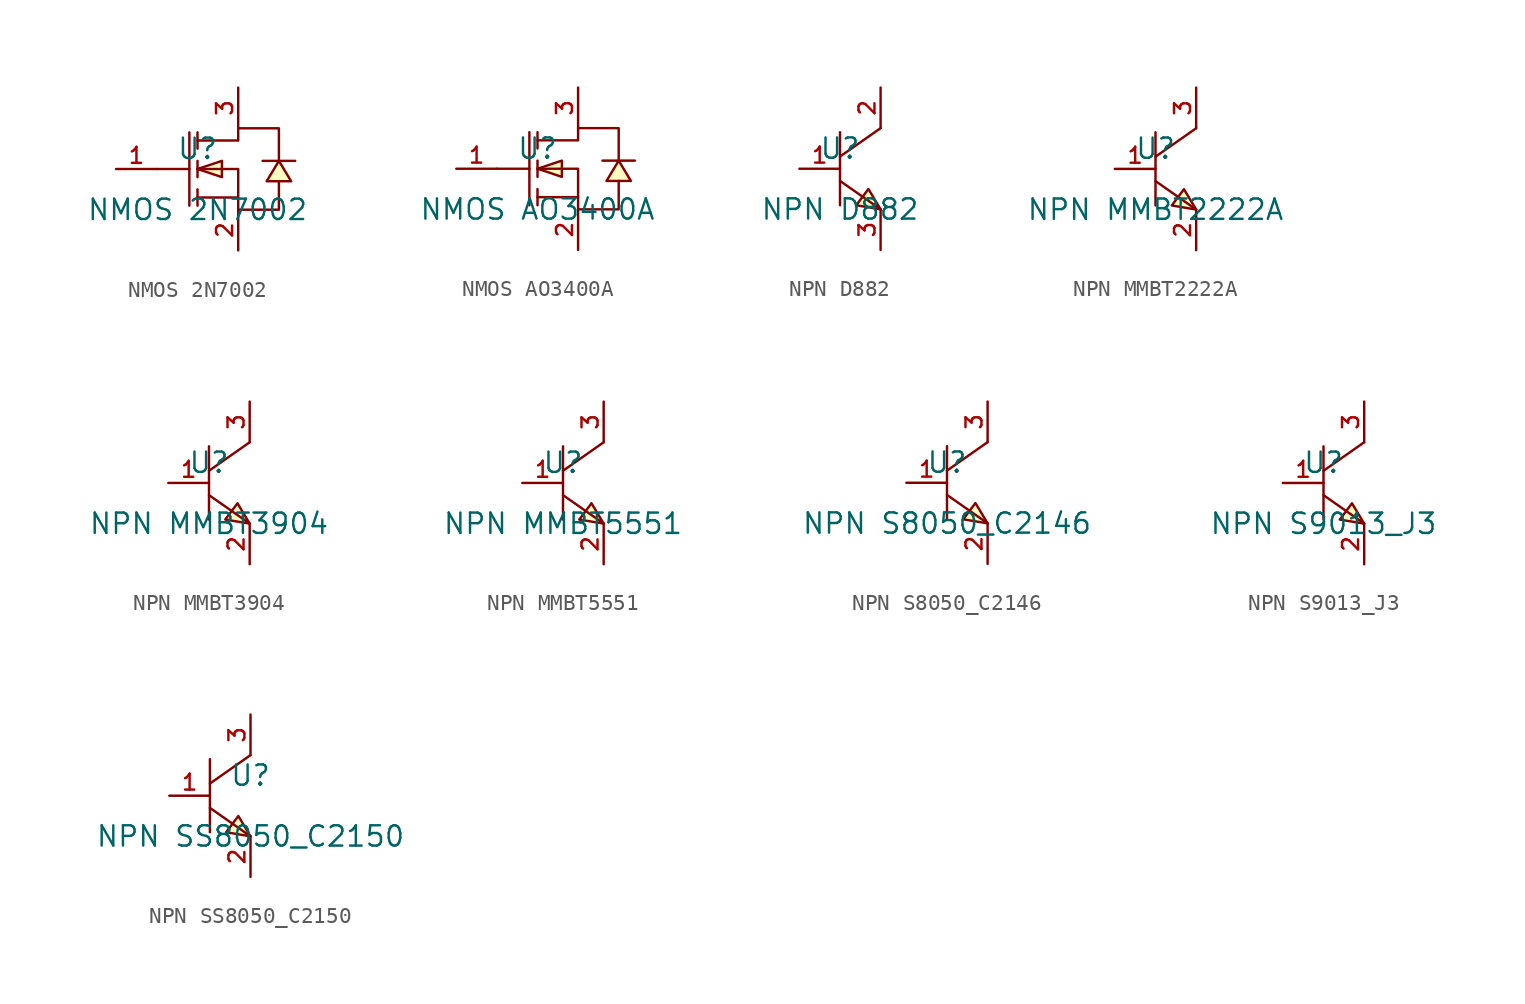
<source format=kicad_sym>
(kicad_symbol_lib
  (version 20220914)
  (generator kicad_symbol_editor)
  (symbol "NMOS 2N7002"
    (pin_names hide)
    (property "Reference" "U"
      (at 0 1.27 0)
      (effects (font (size 1.27 1.27))))
    (property "Value" "NMOS 2N7002"
      (at 0 -2.54 0)
      (effects (font (size 1.27 1.27))))
    (symbol "NMOS 2N7002_0_1"
      (polyline (pts (xy -2.54 0) (xy -0.508 0)) (stroke (width 0) (type default)) (fill (type none)))
      (polyline (pts (xy -0.508 2.286) (xy -0.508 -2.286)) (stroke (width 0) (type default)) (fill (type none)))
      (polyline (pts (xy 0 -2.286) (xy 0 -1.27)) (stroke (width 0) (type default)) (fill (type none)))
      (polyline (pts (xy 0 -0.508) (xy 0 0.508)) (stroke (width 0) (type default)) (fill (type none)))
      (polyline (pts (xy 0 2.286) (xy 0 1.27)) (stroke (width 0) (type default)) (fill (type none)))
      (polyline (pts (xy 2.54 -1.778) (xy 0 -1.778)) (stroke (width 0) (type default)) (fill (type none)))
      (polyline (pts (xy 0 0) (xy 1.524 -0.508) (xy 1.524 0.508) (xy 0 0)) (stroke (width 0) (type default)) (fill (type background)))
      (polyline (pts (xy 5.08 0.508) (xy 4.318 -0.762) (xy 5.842 -0.762) (xy 5.08 0.508)) (stroke (width 0) (type default)) (fill (type background)))
      (polyline (pts (xy 6.096 0.508) (xy 5.588 0.508) (xy 4.572 0.508) (xy 4.064 0.508)) (stroke (width 0) (type default)) (fill (type none)))
      (polyline (pts (xy 0 0) (xy 2.54 0) (xy 2.54 -2.54) (xy 5.08 -2.54) (xy 5.08 -0.762)) (stroke (width 0) (type default)) (fill (type none)))
      (polyline (pts (xy 0 1.778) (xy 2.54 1.778) (xy 2.54 2.54) (xy 5.08 2.54) (xy 5.08 0.508)) (stroke (width 0) (type default)) (fill (type none)))
      (pin unspecified line (at -5.08 0 0) (length 2.54) (name "G" (effects (font (size 1 1)))) (number "1" (effects (font (size 1 1)))))
      (pin unspecified line (at 2.54 -5.08 90) (length 2.54) (name "S" (effects (font (size 1 1)))) (number "2" (effects (font (size 1 1)))))
      (pin unspecified line (at 2.54 5.08 270) (length 2.54) (name "D" (effects (font (size 1 1)))) (number "3" (effects (font (size 1 1)))))))
  (symbol "NMOS AO3400A"
    (pin_names hide)
    (property "Reference" "U"
      (at 0 1.27 0)
      (effects (font (size 1.27 1.27))))
    (property "Value" "NMOS AO3400A"
      (at 0 -2.54 0)
      (effects (font (size 1.27 1.27))))
    (symbol "NMOS AO3400A_0_1"
      (polyline (pts (xy -2.54 0) (xy -0.508 0)) (stroke (width 0) (type default)) (fill (type none)))
      (polyline (pts (xy -0.508 2.286) (xy -0.508 -2.286)) (stroke (width 0) (type default)) (fill (type none)))
      (polyline (pts (xy 0 -2.286) (xy 0 -1.27)) (stroke (width 0) (type default)) (fill (type none)))
      (polyline (pts (xy 0 -0.508) (xy 0 0.508)) (stroke (width 0) (type default)) (fill (type none)))
      (polyline (pts (xy 0 2.286) (xy 0 1.27)) (stroke (width 0) (type default)) (fill (type none)))
      (polyline (pts (xy 2.54 -1.778) (xy 0 -1.778)) (stroke (width 0) (type default)) (fill (type none)))
      (polyline (pts (xy 0 0) (xy 1.524 -0.508) (xy 1.524 0.508) (xy 0 0)) (stroke (width 0) (type default)) (fill (type background)))
      (polyline (pts (xy 5.08 0.508) (xy 4.318 -0.762) (xy 5.842 -0.762) (xy 5.08 0.508)) (stroke (width 0) (type default)) (fill (type background)))
      (polyline (pts (xy 6.096 0.508) (xy 5.588 0.508) (xy 4.572 0.508) (xy 4.064 0.508)) (stroke (width 0) (type default)) (fill (type none)))
      (polyline (pts (xy 0 0) (xy 2.54 0) (xy 2.54 -2.54) (xy 5.08 -2.54) (xy 5.08 -0.762)) (stroke (width 0) (type default)) (fill (type none)))
      (polyline (pts (xy 0 1.778) (xy 2.54 1.778) (xy 2.54 2.54) (xy 5.08 2.54) (xy 5.08 0.508)) (stroke (width 0) (type default)) (fill (type none)))
      (pin unspecified line (at -5.08 0 0) (length 2.54) (name "G" (effects (font (size 1 1)))) (number "1" (effects (font (size 1 1)))))
      (pin unspecified line (at 2.54 -5.08 90) (length 2.54) (name "S" (effects (font (size 1 1)))) (number "2" (effects (font (size 1 1)))))
      (pin unspecified line (at 2.54 5.08 270) (length 2.54) (name "D" (effects (font (size 1 1)))) (number "3" (effects (font (size 1 1)))))))
  (symbol "NPN D882"
    (pin_names hide)
    (property "Reference" "U"
      (at 0 1.27 0)
      (effects (font (size 1.27 1.27))))
    (property "Value" "NPN D882"
      (at 0 -2.54 0)
      (effects (font (size 1.27 1.27))))
    (symbol "NPN D882_0_1"
      (polyline (pts (xy 0 -0.762) (xy 2.54 -2.54)) (stroke (width 0) (type default)) (fill (type none)))
      (polyline (pts (xy 0 2.286) (xy 0 -2.286)) (stroke (width 0) (type default)) (fill (type none)))
      (polyline (pts (xy 2.54 2.54) (xy 0 0.762)) (stroke (width 0) (type default)) (fill (type none)))
      (polyline (pts (xy 2.54 -2.54) (xy 1.778 -1.27) (xy 1.016 -2.286) (xy 2.54 -2.54)) (stroke (width 0) (type default)) (fill (type background)))
      (pin input line (at -2.54 0 0) (length 2.54) (name "B" (effects (font (size 1 1)))) (number "1" (effects (font (size 1 1)))))
      (pin input line (at 2.54 5.08 270) (length 2.54) (name "C" (effects (font (size 1 1)))) (number "2" (effects (font (size 1 1)))))
      (pin input line (at 2.54 -5.08 90) (length 2.54) (name "E" (effects (font (size 1 1)))) (number "3" (effects (font (size 1 1)))))))
  (symbol "NPN MMBT2222A"
    (pin_names hide)
    (property "Reference" "U"
      (at 0 1.27 0)
      (effects (font (size 1.27 1.27))))
    (property "Value" "NPN MMBT2222A"
      (at 0 -2.54 0)
      (effects (font (size 1.27 1.27))))
    (symbol "NPN MMBT2222A_0_1"
      (polyline (pts (xy 0 -0.762) (xy 2.54 -2.54)) (stroke (width 0) (type default)) (fill (type none)))
      (polyline (pts (xy 0 2.286) (xy 0 -2.286)) (stroke (width 0) (type default)) (fill (type none)))
      (polyline (pts (xy 2.54 2.54) (xy 0 0.762)) (stroke (width 0) (type default)) (fill (type none)))
      (polyline (pts (xy 2.54 -2.54) (xy 1.778 -1.27) (xy 1.016 -2.286) (xy 2.54 -2.54)) (stroke (width 0) (type default)) (fill (type background)))
      (pin unspecified line (at -2.54 0 0) (length 2.54) (name "B" (effects (font (size 1 1)))) (number "1" (effects (font (size 1 1)))))
      (pin unspecified line (at 2.54 -5.08 90) (length 2.54) (name "E" (effects (font (size 1 1)))) (number "2" (effects (font (size 1 1)))))
      (pin unspecified line (at 2.54 5.08 270) (length 2.54) (name "C" (effects (font (size 1 1)))) (number "3" (effects (font (size 1 1)))))))
  (symbol "NPN MMBT3904"
    (pin_names hide)
    (property "Reference" "U"
      (at 0 1.27 0)
      (effects (font (size 1.27 1.27))))
    (property "Value" "NPN MMBT3904"
      (at 0 -2.54 0)
      (effects (font (size 1.27 1.27))))
    (symbol "NPN MMBT3904_0_1"
      (polyline (pts (xy 0 -0.762) (xy 2.54 -2.54)) (stroke (width 0) (type default)) (fill (type none)))
      (polyline (pts (xy 0 2.286) (xy 0 -2.286)) (stroke (width 0) (type default)) (fill (type none)))
      (polyline (pts (xy 2.54 2.54) (xy 0 0.762)) (stroke (width 0) (type default)) (fill (type none)))
      (polyline (pts (xy 2.54 -2.54) (xy 1.778 -1.27) (xy 1.016 -2.286) (xy 2.54 -2.54)) (stroke (width 0) (type default)) (fill (type background)))
      (pin unspecified line (at -2.54 0 0) (length 2.54) (name "B" (effects (font (size 1 1)))) (number "1" (effects (font (size 1 1)))))
      (pin unspecified line (at 2.54 -5.08 90) (length 2.54) (name "E" (effects (font (size 1 1)))) (number "2" (effects (font (size 1 1)))))
      (pin unspecified line (at 2.54 5.08 270) (length 2.54) (name "C" (effects (font (size 1 1)))) (number "3" (effects (font (size 1 1)))))))
  (symbol "NPN MMBT5551"
    (pin_names hide)
    (property "Reference" "U"
      (at 0 1.27 0)
      (effects (font (size 1.27 1.27))))
    (property "Value" "NPN MMBT5551"
      (at 0 -2.54 0)
      (effects (font (size 1.27 1.27))))
    (symbol "NPN MMBT5551_0_1"
      (polyline (pts (xy 0 -0.762) (xy 2.54 -2.54)) (stroke (width 0) (type default)) (fill (type none)))
      (polyline (pts (xy 0 2.286) (xy 0 -2.286)) (stroke (width 0) (type default)) (fill (type none)))
      (polyline (pts (xy 2.54 2.54) (xy 0 0.762)) (stroke (width 0) (type default)) (fill (type none)))
      (polyline (pts (xy 2.54 -2.54) (xy 1.778 -1.27) (xy 1.016 -2.286) (xy 2.54 -2.54)) (stroke (width 0) (type default)) (fill (type background)))
      (pin unspecified line (at -2.54 0 0) (length 2.54) (name "B" (effects (font (size 1 1)))) (number "1" (effects (font (size 1 1)))))
      (pin unspecified line (at 2.54 -5.08 90) (length 2.54) (name "E" (effects (font (size 1 1)))) (number "2" (effects (font (size 1 1)))))
      (pin unspecified line (at 2.54 5.08 270) (length 2.54) (name "C" (effects (font (size 1 1)))) (number "3" (effects (font (size 1 1)))))))
  (symbol "NPN S8050_C2146"
    (pin_names hide)
    (property "Reference" "U"
      (at 0 1.27 0)
      (effects (font (size 1.27 1.27))))
    (property "Value" "NPN S8050_C2146"
      (at 0 -2.54 0)
      (effects (font (size 1.27 1.27))))
    (symbol "NPN S8050_C2146_0_1"
      (polyline (pts (xy 0 -0.762) (xy 2.54 -2.54)) (stroke (width 0) (type default)) (fill (type none)))
      (polyline (pts (xy 0 2.286) (xy 0 -2.286)) (stroke (width 0) (type default)) (fill (type none)))
      (polyline (pts (xy 2.54 2.54) (xy 0 0.762)) (stroke (width 0) (type default)) (fill (type none)))
      (polyline (pts (xy 2.54 -2.54) (xy 1.778 -1.27) (xy 1.016 -2.286) (xy 2.54 -2.54)) (stroke (width 0) (type default)) (fill (type background)))
      (pin unspecified line (at -2.54 0 0) (length 2.54) (name "B" (effects (font (size 1 1)))) (number "1" (effects (font (size 1 1)))))
      (pin unspecified line (at 2.54 -5.08 90) (length 2.54) (name "E" (effects (font (size 1 1)))) (number "2" (effects (font (size 1 1)))))
      (pin unspecified line (at 2.54 5.08 270) (length 2.54) (name "C" (effects (font (size 1 1)))) (number "3" (effects (font (size 1 1)))))))
  (symbol "NPN S9013_J3"
    (pin_names hide)
    (property "Reference" "U"
      (at 0 1.27 0)
      (effects (font (size 1.27 1.27))))
    (property "Value" "NPN S9013_J3"
      (at 0 -2.54 0)
      (effects (font (size 1.27 1.27))))
    (symbol "NPN S9013_J3_0_1"
      (polyline (pts (xy 0 -0.762) (xy 2.54 -2.54)) (stroke (width 0) (type default)) (fill (type none)))
      (polyline (pts (xy 0 2.286) (xy 0 -2.286)) (stroke (width 0) (type default)) (fill (type none)))
      (polyline (pts (xy 2.54 2.54) (xy 0 0.762)) (stroke (width 0) (type default)) (fill (type none)))
      (polyline (pts (xy 2.54 -2.54) (xy 1.778 -1.27) (xy 1.016 -2.286) (xy 2.54 -2.54)) (stroke (width 0) (type default)) (fill (type background)))
      (pin unspecified line (at -2.54 0 0) (length 2.54) (name "B" (effects (font (size 1 1)))) (number "1" (effects (font (size 1 1)))))
      (pin unspecified line (at 2.54 -5.08 90) (length 2.54) (name "E" (effects (font (size 1 1)))) (number "2" (effects (font (size 1 1)))))
      (pin unspecified line (at 2.54 5.08 270) (length 2.54) (name "C" (effects (font (size 1 1)))) (number "3" (effects (font (size 1 1)))))))
  (symbol "NPN SS8050_C2150"
    (pin_names hide)
    (property "Reference" "U"
      (at 0 1.27 0)
      (effects (font (size 1.27 1.27))))
    (property "Value" "NPN SS8050_C2150"
      (at 0 -2.54 0)
      (effects (font (size 1.27 1.27))))
    (symbol "NPN SS8050_C2150_0_1"
      (polyline (pts (xy -2.54 -0.762) (xy 0 -2.54)) (stroke (width 0) (type default)) (fill (type none)))
      (polyline (pts (xy -2.54 2.286) (xy -2.54 -2.286)) (stroke (width 0) (type default)) (fill (type none)))
      (polyline (pts (xy 0 2.54) (xy -2.54 0.762)) (stroke (width 0) (type default)) (fill (type none)))
      (polyline (pts (xy 0 -2.54) (xy -0.762 -1.27) (xy -1.524 -2.286) (xy 0 -2.54)) (stroke (width 0) (type default)) (fill (type background)))
      (pin unspecified line (at -5.08 0 0) (length 2.54) (name "B" (effects (font (size 1 1)))) (number "1" (effects (font (size 1 1)))))
      (pin unspecified line (at 0 -5.08 90) (length 2.54) (name "E" (effects (font (size 1 1)))) (number "2" (effects (font (size 1 1)))))
      (pin unspecified line (at 0 5.08 270) (length 2.54) (name "C" (effects (font (size 1 1)))) (number "3" (effects (font (size 1 1))))))))
</source>
